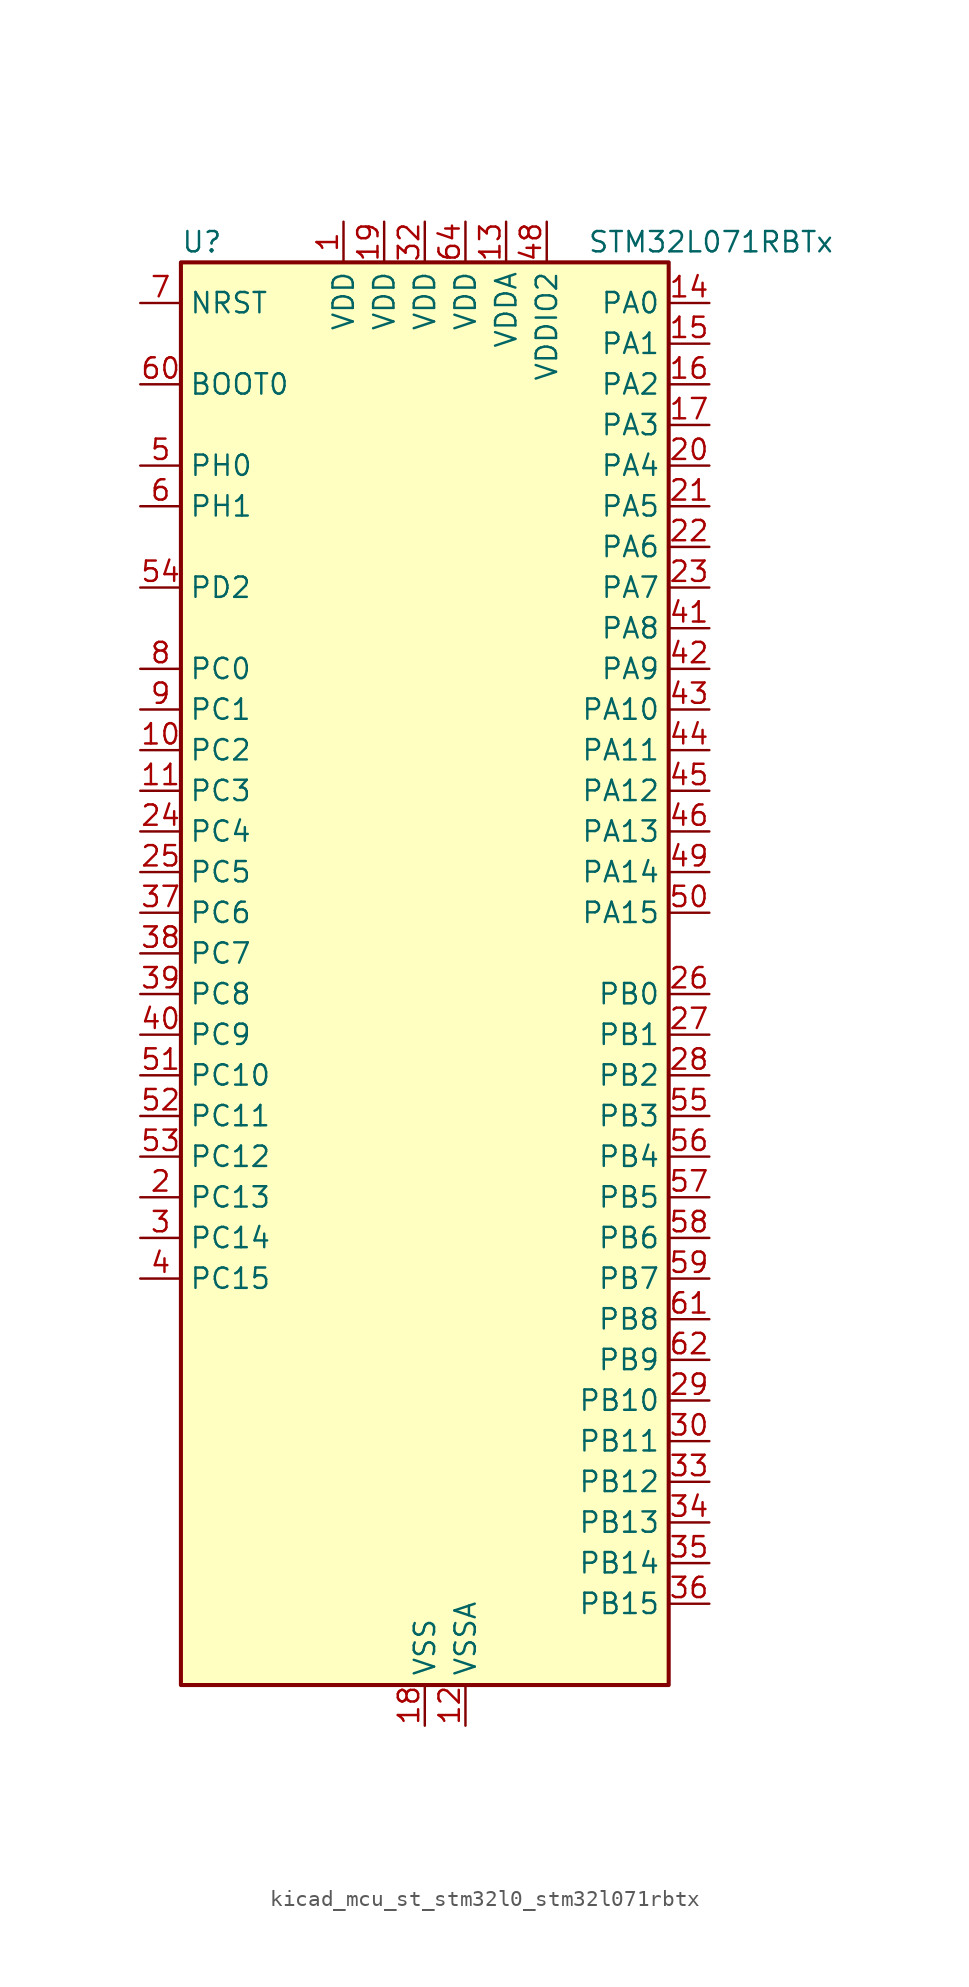
<source format=kicad_sym>
(kicad_symbol_lib
  (version 20220914)
  (generator kicad_symbol_editor)
  (symbol "kicad_mcu_st_stm32l0_stm32l071rbtx"
    (property "Reference" "U"
      (at -15.24 46.99 0)
      (effects (font (size 1.27 1.27)) (justify left)))
    (property "Value" "STM32L071RBTx"
      (at 10.16 46.99 0)
      (effects (font (size 1.27 1.27)) (justify left)))
    (property "ki_locked" ""
      (at 0 0 0)
      (effects (font (size 1.27 1.27))))
    (symbol "kicad_mcu_st_stm32l0_stm32l071rbtx_0_1"
      (rectangle (start -15.24 -43.18) (end 15.24 45.72) (stroke (width 0.254) (type default)) (fill (type background))))
    (symbol "kicad_mcu_st_stm32l0_stm32l071rbtx_1_1"
      (pin power_in line (at -5.08 48.26 270) (length 2.54) (name "VDD" (effects (font (size 1.27 1.27)))) (number "1" (effects (font (size 1.27 1.27)))))
      (pin bidirectional line (at -17.78 15.24 0) (length 2.54) (name "PC2" (effects (font (size 1.27 1.27)))) (number "10" (effects (font (size 1.27 1.27)))) (alternate "ADC_IN12" bidirectional line) (alternate "I2S2_MCK" bidirectional line) (alternate "LPTIM1_IN2" bidirectional line) (alternate "SPI2_MISO" bidirectional line))
      (pin bidirectional line (at -17.78 12.7 0) (length 2.54) (name "PC3" (effects (font (size 1.27 1.27)))) (number "11" (effects (font (size 1.27 1.27)))) (alternate "ADC_IN13" bidirectional line) (alternate "I2S2_SD" bidirectional line) (alternate "LPTIM1_ETR" bidirectional line) (alternate "SPI2_MOSI" bidirectional line))
      (pin power_in line (at 2.54 -45.72 90) (length 2.54) (name "VSSA" (effects (font (size 1.27 1.27)))) (number "12" (effects (font (size 1.27 1.27)))))
      (pin power_in line (at 5.08 48.26 270) (length 2.54) (name "VDDA" (effects (font (size 1.27 1.27)))) (number "13" (effects (font (size 1.27 1.27)))))
      (pin bidirectional line (at 17.78 43.18 180) (length 2.54) (name "PA0" (effects (font (size 1.27 1.27)))) (number "14" (effects (font (size 1.27 1.27)))) (alternate "ADC_IN0" bidirectional line) (alternate "COMP1_INM" bidirectional line) (alternate "COMP1_OUT" bidirectional line) (alternate "RTC_TAMP2" bidirectional line) (alternate "SYS_WKUP1" bidirectional line) (alternate "TIM2_CH1" bidirectional line) (alternate "TIM2_ETR" bidirectional line) (alternate "USART2_CTS" bidirectional line) (alternate "USART4_TX" bidirectional line))
      (pin bidirectional line (at 17.78 40.64 180) (length 2.54) (name "PA1" (effects (font (size 1.27 1.27)))) (number "15" (effects (font (size 1.27 1.27)))) (alternate "ADC_IN1" bidirectional line) (alternate "COMP1_INP" bidirectional line) (alternate "TIM21_ETR" bidirectional line) (alternate "TIM2_CH2" bidirectional line) (alternate "USART2_DE" bidirectional line) (alternate "USART2_RTS" bidirectional line) (alternate "USART4_RX" bidirectional line))
      (pin bidirectional line (at 17.78 38.1 180) (length 2.54) (name "PA2" (effects (font (size 1.27 1.27)))) (number "16" (effects (font (size 1.27 1.27)))) (alternate "ADC_IN2" bidirectional line) (alternate "COMP2_INM" bidirectional line) (alternate "COMP2_OUT" bidirectional line) (alternate "LPUART1_TX" bidirectional line) (alternate "TIM21_CH1" bidirectional line) (alternate "TIM2_CH3" bidirectional line) (alternate "USART2_TX" bidirectional line))
      (pin bidirectional line (at 17.78 35.56 180) (length 2.54) (name "PA3" (effects (font (size 1.27 1.27)))) (number "17" (effects (font (size 1.27 1.27)))) (alternate "ADC_IN3" bidirectional line) (alternate "COMP2_INP" bidirectional line) (alternate "LPUART1_RX" bidirectional line) (alternate "TIM21_CH2" bidirectional line) (alternate "TIM2_CH4" bidirectional line) (alternate "USART2_RX" bidirectional line))
      (pin power_in line (at 0 -45.72 90) (length 2.54) (name "VSS" (effects (font (size 1.27 1.27)))) (number "18" (effects (font (size 1.27 1.27)))))
      (pin power_in line (at -2.54 48.26 270) (length 2.54) (name "VDD" (effects (font (size 1.27 1.27)))) (number "19" (effects (font (size 1.27 1.27)))))
      (pin bidirectional line (at -17.78 -12.7 0) (length 2.54) (name "PC13" (effects (font (size 1.27 1.27)))) (number "2" (effects (font (size 1.27 1.27)))) (alternate "RTC_OUT_ALARM" bidirectional line) (alternate "RTC_OUT_CALIB" bidirectional line) (alternate "RTC_TAMP1" bidirectional line) (alternate "RTC_TS" bidirectional line) (alternate "SYS_WKUP2" bidirectional line))
      (pin bidirectional line (at 17.78 33.02 180) (length 2.54) (name "PA4" (effects (font (size 1.27 1.27)))) (number "20" (effects (font (size 1.27 1.27)))) (alternate "ADC_IN4" bidirectional line) (alternate "COMP1_INM" bidirectional line) (alternate "COMP2_INM" bidirectional line) (alternate "SPI1_NSS" bidirectional line) (alternate "TIM22_ETR" bidirectional line) (alternate "USART2_CK" bidirectional line))
      (pin bidirectional line (at 17.78 30.48 180) (length 2.54) (name "PA5" (effects (font (size 1.27 1.27)))) (number "21" (effects (font (size 1.27 1.27)))) (alternate "ADC_IN5" bidirectional line) (alternate "COMP1_INM" bidirectional line) (alternate "COMP2_INM" bidirectional line) (alternate "SPI1_SCK" bidirectional line) (alternate "TIM2_CH1" bidirectional line) (alternate "TIM2_ETR" bidirectional line))
      (pin bidirectional line (at 17.78 27.94 180) (length 2.54) (name "PA6" (effects (font (size 1.27 1.27)))) (number "22" (effects (font (size 1.27 1.27)))) (alternate "ADC_IN6" bidirectional line) (alternate "COMP1_OUT" bidirectional line) (alternate "LPUART1_CTS" bidirectional line) (alternate "SPI1_MISO" bidirectional line) (alternate "TIM22_CH1" bidirectional line) (alternate "TIM3_CH1" bidirectional line))
      (pin bidirectional line (at 17.78 25.4 180) (length 2.54) (name "PA7" (effects (font (size 1.27 1.27)))) (number "23" (effects (font (size 1.27 1.27)))) (alternate "ADC_IN7" bidirectional line) (alternate "COMP2_OUT" bidirectional line) (alternate "SPI1_MOSI" bidirectional line) (alternate "TIM22_CH2" bidirectional line) (alternate "TIM3_CH2" bidirectional line))
      (pin bidirectional line (at -17.78 10.16 0) (length 2.54) (name "PC4" (effects (font (size 1.27 1.27)))) (number "24" (effects (font (size 1.27 1.27)))) (alternate "ADC_IN14" bidirectional line) (alternate "LPUART1_TX" bidirectional line))
      (pin bidirectional line (at -17.78 7.62 0) (length 2.54) (name "PC5" (effects (font (size 1.27 1.27)))) (number "25" (effects (font (size 1.27 1.27)))) (alternate "ADC_IN15" bidirectional line) (alternate "LPUART1_RX" bidirectional line))
      (pin bidirectional line (at 17.78 0 180) (length 2.54) (name "PB0" (effects (font (size 1.27 1.27)))) (number "26" (effects (font (size 1.27 1.27)))) (alternate "ADC_IN8" bidirectional line) (alternate "SYS_VREF_OUT_PB0" bidirectional line) (alternate "TIM3_CH3" bidirectional line))
      (pin bidirectional line (at 17.78 -2.54 180) (length 2.54) (name "PB1" (effects (font (size 1.27 1.27)))) (number "27" (effects (font (size 1.27 1.27)))) (alternate "ADC_IN9" bidirectional line) (alternate "LPUART1_DE" bidirectional line) (alternate "LPUART1_RTS" bidirectional line) (alternate "SYS_VREF_OUT_PB1" bidirectional line) (alternate "TIM3_CH4" bidirectional line))
      (pin bidirectional line (at 17.78 -5.08 180) (length 2.54) (name "PB2" (effects (font (size 1.27 1.27)))) (number "28" (effects (font (size 1.27 1.27)))) (alternate "I2C3_SMBA" bidirectional line) (alternate "LPTIM1_OUT" bidirectional line))
      (pin bidirectional line (at 17.78 -25.4 180) (length 2.54) (name "PB10" (effects (font (size 1.27 1.27)))) (number "29" (effects (font (size 1.27 1.27)))) (alternate "I2C2_SCL" bidirectional line) (alternate "LPUART1_RX" bidirectional line) (alternate "LPUART1_TX" bidirectional line) (alternate "SPI2_SCK" bidirectional line) (alternate "TIM2_CH3" bidirectional line))
      (pin bidirectional line (at -17.78 -15.24 0) (length 2.54) (name "PC14" (effects (font (size 1.27 1.27)))) (number "3" (effects (font (size 1.27 1.27)))) (alternate "RCC_OSC32_IN" bidirectional line))
      (pin bidirectional line (at 17.78 -27.94 180) (length 2.54) (name "PB11" (effects (font (size 1.27 1.27)))) (number "30" (effects (font (size 1.27 1.27)))) (alternate "ADC_EXTI11" bidirectional line) (alternate "I2C2_SDA" bidirectional line) (alternate "LPUART1_RX" bidirectional line) (alternate "LPUART1_TX" bidirectional line) (alternate "TIM2_CH4" bidirectional line))
      (pin passive line (at 0 -45.72 90) (length 2.54) hide (name "VSS" (effects (font (size 1.27 1.27)))) (number "31" (effects (font (size 1.27 1.27)))))
      (pin power_in line (at 0 48.26 270) (length 2.54) (name "VDD" (effects (font (size 1.27 1.27)))) (number "32" (effects (font (size 1.27 1.27)))))
      (pin bidirectional line (at 17.78 -30.48 180) (length 2.54) (name "PB12" (effects (font (size 1.27 1.27)))) (number "33" (effects (font (size 1.27 1.27)))) (alternate "I2S2_WS" bidirectional line) (alternate "LPUART1_DE" bidirectional line) (alternate "LPUART1_RTS" bidirectional line) (alternate "SPI2_NSS" bidirectional line))
      (pin bidirectional line (at 17.78 -33.02 180) (length 2.54) (name "PB13" (effects (font (size 1.27 1.27)))) (number "34" (effects (font (size 1.27 1.27)))) (alternate "I2C2_SCL" bidirectional line) (alternate "I2S2_CK" bidirectional line) (alternate "LPUART1_CTS" bidirectional line) (alternate "RCC_MCO" bidirectional line) (alternate "SPI2_SCK" bidirectional line) (alternate "TIM21_CH1" bidirectional line))
      (pin bidirectional line (at 17.78 -35.56 180) (length 2.54) (name "PB14" (effects (font (size 1.27 1.27)))) (number "35" (effects (font (size 1.27 1.27)))) (alternate "I2C2_SDA" bidirectional line) (alternate "I2S2_MCK" bidirectional line) (alternate "LPUART1_DE" bidirectional line) (alternate "LPUART1_RTS" bidirectional line) (alternate "RTC_OUT_ALARM" bidirectional line) (alternate "RTC_OUT_CALIB" bidirectional line) (alternate "SPI2_MISO" bidirectional line) (alternate "TIM21_CH2" bidirectional line))
      (pin bidirectional line (at 17.78 -38.1 180) (length 2.54) (name "PB15" (effects (font (size 1.27 1.27)))) (number "36" (effects (font (size 1.27 1.27)))) (alternate "I2S2_SD" bidirectional line) (alternate "RTC_REFIN" bidirectional line) (alternate "SPI2_MOSI" bidirectional line))
      (pin bidirectional line (at -17.78 5.08 0) (length 2.54) (name "PC6" (effects (font (size 1.27 1.27)))) (number "37" (effects (font (size 1.27 1.27)))) (alternate "TIM22_CH1" bidirectional line) (alternate "TIM3_CH1" bidirectional line))
      (pin bidirectional line (at -17.78 2.54 0) (length 2.54) (name "PC7" (effects (font (size 1.27 1.27)))) (number "38" (effects (font (size 1.27 1.27)))) (alternate "TIM22_CH2" bidirectional line) (alternate "TIM3_CH2" bidirectional line))
      (pin bidirectional line (at -17.78 0 0) (length 2.54) (name "PC8" (effects (font (size 1.27 1.27)))) (number "39" (effects (font (size 1.27 1.27)))) (alternate "TIM22_ETR" bidirectional line) (alternate "TIM3_CH3" bidirectional line))
      (pin bidirectional line (at -17.78 -17.78 0) (length 2.54) (name "PC15" (effects (font (size 1.27 1.27)))) (number "4" (effects (font (size 1.27 1.27)))) (alternate "RCC_OSC32_OUT" bidirectional line))
      (pin bidirectional line (at -17.78 -2.54 0) (length 2.54) (name "PC9" (effects (font (size 1.27 1.27)))) (number "40" (effects (font (size 1.27 1.27)))) (alternate "I2C3_SDA" bidirectional line) (alternate "TIM21_ETR" bidirectional line) (alternate "TIM3_CH4" bidirectional line))
      (pin bidirectional line (at 17.78 22.86 180) (length 2.54) (name "PA8" (effects (font (size 1.27 1.27)))) (number "41" (effects (font (size 1.27 1.27)))) (alternate "I2C3_SCL" bidirectional line) (alternate "RCC_MCO" bidirectional line) (alternate "USART1_CK" bidirectional line))
      (pin bidirectional line (at 17.78 20.32 180) (length 2.54) (name "PA9" (effects (font (size 1.27 1.27)))) (number "42" (effects (font (size 1.27 1.27)))) (alternate "I2C1_SCL" bidirectional line) (alternate "I2C3_SMBA" bidirectional line) (alternate "RCC_MCO" bidirectional line) (alternate "USART1_TX" bidirectional line))
      (pin bidirectional line (at 17.78 17.78 180) (length 2.54) (name "PA10" (effects (font (size 1.27 1.27)))) (number "43" (effects (font (size 1.27 1.27)))) (alternate "I2C1_SDA" bidirectional line) (alternate "USART1_RX" bidirectional line))
      (pin bidirectional line (at 17.78 15.24 180) (length 2.54) (name "PA11" (effects (font (size 1.27 1.27)))) (number "44" (effects (font (size 1.27 1.27)))) (alternate "ADC_EXTI11" bidirectional line) (alternate "COMP1_OUT" bidirectional line) (alternate "SPI1_MISO" bidirectional line) (alternate "USART1_CTS" bidirectional line))
      (pin bidirectional line (at 17.78 12.7 180) (length 2.54) (name "PA12" (effects (font (size 1.27 1.27)))) (number "45" (effects (font (size 1.27 1.27)))) (alternate "COMP2_OUT" bidirectional line) (alternate "SPI1_MOSI" bidirectional line) (alternate "USART1_DE" bidirectional line) (alternate "USART1_RTS" bidirectional line))
      (pin bidirectional line (at 17.78 10.16 180) (length 2.54) (name "PA13" (effects (font (size 1.27 1.27)))) (number "46" (effects (font (size 1.27 1.27)))) (alternate "LPUART1_RX" bidirectional line) (alternate "SYS_SWDIO" bidirectional line))
      (pin passive line (at 0 -45.72 90) (length 2.54) hide (name "VSS" (effects (font (size 1.27 1.27)))) (number "47" (effects (font (size 1.27 1.27)))))
      (pin power_in line (at 7.62 48.26 270) (length 2.54) (name "VDDIO2" (effects (font (size 1.27 1.27)))) (number "48" (effects (font (size 1.27 1.27)))))
      (pin bidirectional line (at 17.78 7.62 180) (length 2.54) (name "PA14" (effects (font (size 1.27 1.27)))) (number "49" (effects (font (size 1.27 1.27)))) (alternate "LPUART1_TX" bidirectional line) (alternate "SYS_SWCLK" bidirectional line) (alternate "USART2_TX" bidirectional line))
      (pin bidirectional line (at -17.78 33.02 0) (length 2.54) (name "PH0" (effects (font (size 1.27 1.27)))) (number "5" (effects (font (size 1.27 1.27)))) (alternate "RCC_OSC_IN" bidirectional line))
      (pin bidirectional line (at 17.78 5.08 180) (length 2.54) (name "PA15" (effects (font (size 1.27 1.27)))) (number "50" (effects (font (size 1.27 1.27)))) (alternate "SPI1_NSS" bidirectional line) (alternate "TIM2_CH1" bidirectional line) (alternate "TIM2_ETR" bidirectional line) (alternate "USART2_RX" bidirectional line) (alternate "USART4_DE" bidirectional line) (alternate "USART4_RTS" bidirectional line))
      (pin bidirectional line (at -17.78 -5.08 0) (length 2.54) (name "PC10" (effects (font (size 1.27 1.27)))) (number "51" (effects (font (size 1.27 1.27)))) (alternate "LPUART1_TX" bidirectional line) (alternate "USART4_TX" bidirectional line))
      (pin bidirectional line (at -17.78 -7.62 0) (length 2.54) (name "PC11" (effects (font (size 1.27 1.27)))) (number "52" (effects (font (size 1.27 1.27)))) (alternate "ADC_EXTI11" bidirectional line) (alternate "LPUART1_RX" bidirectional line) (alternate "USART4_RX" bidirectional line))
      (pin bidirectional line (at -17.78 -10.16 0) (length 2.54) (name "PC12" (effects (font (size 1.27 1.27)))) (number "53" (effects (font (size 1.27 1.27)))) (alternate "USART4_CK" bidirectional line) (alternate "USART5_TX" bidirectional line))
      (pin bidirectional line (at -17.78 25.4 0) (length 2.54) (name "PD2" (effects (font (size 1.27 1.27)))) (number "54" (effects (font (size 1.27 1.27)))) (alternate "LPUART1_DE" bidirectional line) (alternate "LPUART1_RTS" bidirectional line) (alternate "TIM3_ETR" bidirectional line) (alternate "USART5_RX" bidirectional line))
      (pin bidirectional line (at 17.78 -7.62 180) (length 2.54) (name "PB3" (effects (font (size 1.27 1.27)))) (number "55" (effects (font (size 1.27 1.27)))) (alternate "COMP2_INM" bidirectional line) (alternate "SPI1_SCK" bidirectional line) (alternate "TIM2_CH2" bidirectional line) (alternate "USART1_DE" bidirectional line) (alternate "USART1_RTS" bidirectional line) (alternate "USART5_TX" bidirectional line))
      (pin bidirectional line (at 17.78 -10.16 180) (length 2.54) (name "PB4" (effects (font (size 1.27 1.27)))) (number "56" (effects (font (size 1.27 1.27)))) (alternate "COMP2_INP" bidirectional line) (alternate "I2C3_SDA" bidirectional line) (alternate "SPI1_MISO" bidirectional line) (alternate "TIM22_CH1" bidirectional line) (alternate "TIM3_CH1" bidirectional line) (alternate "USART1_CTS" bidirectional line) (alternate "USART5_RX" bidirectional line))
      (pin bidirectional line (at 17.78 -12.7 180) (length 2.54) (name "PB5" (effects (font (size 1.27 1.27)))) (number "57" (effects (font (size 1.27 1.27)))) (alternate "COMP2_INP" bidirectional line) (alternate "I2C1_SMBA" bidirectional line) (alternate "LPTIM1_IN1" bidirectional line) (alternate "SPI1_MOSI" bidirectional line) (alternate "TIM22_CH2" bidirectional line) (alternate "TIM3_CH2" bidirectional line) (alternate "USART1_CK" bidirectional line) (alternate "USART5_CK" bidirectional line) (alternate "USART5_DE" bidirectional line) (alternate "USART5_RTS" bidirectional line))
      (pin bidirectional line (at 17.78 -15.24 180) (length 2.54) (name "PB6" (effects (font (size 1.27 1.27)))) (number "58" (effects (font (size 1.27 1.27)))) (alternate "COMP2_INP" bidirectional line) (alternate "I2C1_SCL" bidirectional line) (alternate "LPTIM1_ETR" bidirectional line) (alternate "USART1_TX" bidirectional line))
      (pin bidirectional line (at 17.78 -17.78 180) (length 2.54) (name "PB7" (effects (font (size 1.27 1.27)))) (number "59" (effects (font (size 1.27 1.27)))) (alternate "COMP2_INP" bidirectional line) (alternate "I2C1_SDA" bidirectional line) (alternate "LPTIM1_IN2" bidirectional line) (alternate "SYS_PVD_IN" bidirectional line) (alternate "USART1_RX" bidirectional line) (alternate "USART4_CTS" bidirectional line))
      (pin bidirectional line (at -17.78 30.48 0) (length 2.54) (name "PH1" (effects (font (size 1.27 1.27)))) (number "6" (effects (font (size 1.27 1.27)))) (alternate "RCC_OSC_OUT" bidirectional line))
      (pin input line (at -17.78 38.1 0) (length 2.54) (name "BOOT0" (effects (font (size 1.27 1.27)))) (number "60" (effects (font (size 1.27 1.27)))))
      (pin bidirectional line (at 17.78 -20.32 180) (length 2.54) (name "PB8" (effects (font (size 1.27 1.27)))) (number "61" (effects (font (size 1.27 1.27)))) (alternate "I2C1_SCL" bidirectional line))
      (pin bidirectional line (at 17.78 -22.86 180) (length 2.54) (name "PB9" (effects (font (size 1.27 1.27)))) (number "62" (effects (font (size 1.27 1.27)))) (alternate "I2C1_SDA" bidirectional line) (alternate "I2S2_WS" bidirectional line) (alternate "SPI2_NSS" bidirectional line))
      (pin passive line (at 0 -45.72 90) (length 2.54) hide (name "VSS" (effects (font (size 1.27 1.27)))) (number "63" (effects (font (size 1.27 1.27)))))
      (pin power_in line (at 2.54 48.26 270) (length 2.54) (name "VDD" (effects (font (size 1.27 1.27)))) (number "64" (effects (font (size 1.27 1.27)))))
      (pin input line (at -17.78 43.18 0) (length 2.54) (name "NRST" (effects (font (size 1.27 1.27)))) (number "7" (effects (font (size 1.27 1.27)))))
      (pin bidirectional line (at -17.78 20.32 0) (length 2.54) (name "PC0" (effects (font (size 1.27 1.27)))) (number "8" (effects (font (size 1.27 1.27)))) (alternate "ADC_IN10" bidirectional line) (alternate "I2C3_SCL" bidirectional line) (alternate "LPTIM1_IN1" bidirectional line) (alternate "LPUART1_RX" bidirectional line))
      (pin bidirectional line (at -17.78 17.78 0) (length 2.54) (name "PC1" (effects (font (size 1.27 1.27)))) (number "9" (effects (font (size 1.27 1.27)))) (alternate "ADC_IN11" bidirectional line) (alternate "I2C3_SDA" bidirectional line) (alternate "LPTIM1_OUT" bidirectional line) (alternate "LPUART1_TX" bidirectional line)))))
</source>
